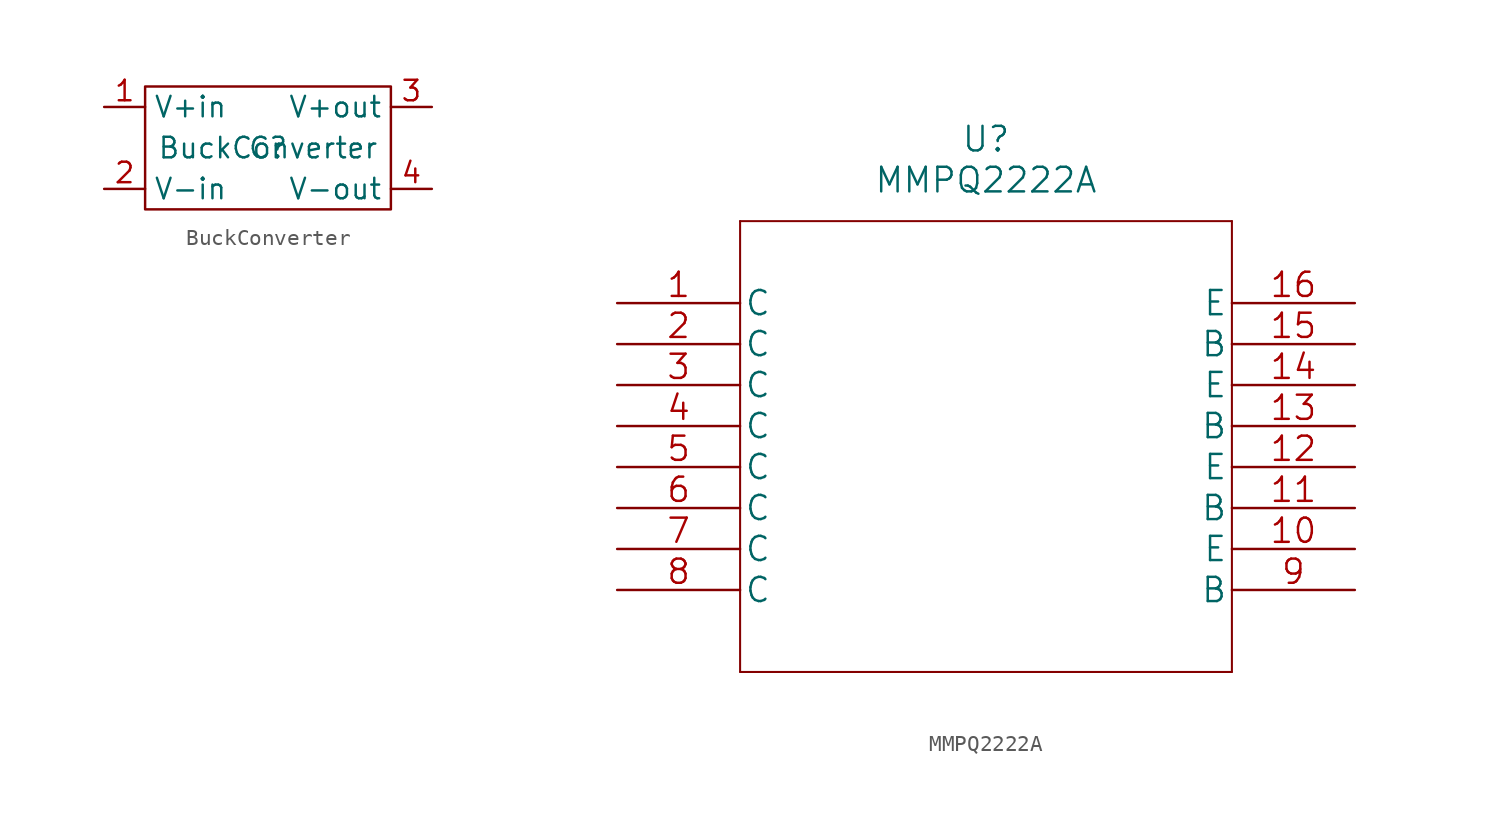
<source format=kicad_sym>
(kicad_symbol_lib
  (version 20220914)
  (generator kicad_symbol_editor)
  (symbol "BuckConverter"
    (property "Reference" "C"
      (at 0 0 0)
      (effects (font (size 1.27 1.27))))
    (property "Value" "BuckConverter"
      (at 0 0 0)
      (effects (font (size 1.27 1.27))))
    (symbol "BuckConverter_0_1"
      (rectangle (start -7.62 3.81) (end 7.62 -3.81) (stroke (width 0) (type default)) (fill (type none))))
    (symbol "BuckConverter_1_1"
      (pin input line (at -10.16 2.54 0) (length 2.54) (name "V+in" (effects (font (size 1.27 1.27)))) (number "1" (effects (font (size 1.27 1.27)))))
      (pin input line (at -10.16 -2.54 0) (length 2.54) (name "V-in" (effects (font (size 1.27 1.27)))) (number "2" (effects (font (size 1.27 1.27)))))
      (pin output line (at 10.16 2.54 180) (length 2.54) (name "V+out" (effects (font (size 1.27 1.27)))) (number "3" (effects (font (size 1.27 1.27)))))
      (pin output line (at 10.16 -2.54 180) (length 2.54) (name "V-out" (effects (font (size 1.27 1.27)))) (number "4" (effects (font (size 1.27 1.27)))))))
  (symbol "MMPQ2222A"
    (pin_names
      (offset 0.254))
    (property "Reference" "U"
      (at 22.86 10.16 0)
      (effects (font (size 1.524 1.524))))
    (property "Value" "MMPQ2222A"
      (at 22.86 7.62 0)
      (effects (font (size 1.524 1.524))))
    (property "Datasheet" ""
      (at 0 0 0)
      (effects (font (size 1.524 1.524))))
    (property "ki_locked" ""
      (at 0 0 0)
      (effects (font (size 1.27 1.27))))
    (symbol "MMPQ2222A_1_1"
      (polyline (pts (xy 7.62 -22.86) (xy 38.1 -22.86)) (stroke (width 0.127) (type default)) (fill (type none)))
      (polyline (pts (xy 7.62 5.08) (xy 7.62 -22.86)) (stroke (width 0.127) (type default)) (fill (type none)))
      (polyline (pts (xy 38.1 -22.86) (xy 38.1 5.08)) (stroke (width 0.127) (type default)) (fill (type none)))
      (polyline (pts (xy 38.1 5.08) (xy 7.62 5.08)) (stroke (width 0.127) (type default)) (fill (type none)))
      (pin unspecified line (at 0 0 0) (length 7.62) (name "C" (effects (font (size 1.499 1.499)))) (number "1" (effects (font (size 1.499 1.499)))))
      (pin unspecified line (at 45.72 -15.24 180) (length 7.62) (name "E" (effects (font (size 1.499 1.499)))) (number "10" (effects (font (size 1.499 1.499)))))
      (pin unspecified line (at 45.72 -12.7 180) (length 7.62) (name "B" (effects (font (size 1.499 1.499)))) (number "11" (effects (font (size 1.499 1.499)))))
      (pin unspecified line (at 45.72 -10.16 180) (length 7.62) (name "E" (effects (font (size 1.499 1.499)))) (number "12" (effects (font (size 1.499 1.499)))))
      (pin unspecified line (at 45.72 -7.62 180) (length 7.62) (name "B" (effects (font (size 1.499 1.499)))) (number "13" (effects (font (size 1.499 1.499)))))
      (pin unspecified line (at 45.72 -5.08 180) (length 7.62) (name "E" (effects (font (size 1.499 1.499)))) (number "14" (effects (font (size 1.499 1.499)))))
      (pin unspecified line (at 45.72 -2.54 180) (length 7.62) (name "B" (effects (font (size 1.499 1.499)))) (number "15" (effects (font (size 1.499 1.499)))))
      (pin unspecified line (at 45.72 0 180) (length 7.62) (name "E" (effects (font (size 1.499 1.499)))) (number "16" (effects (font (size 1.499 1.499)))))
      (pin unspecified line (at 0 -2.54 0) (length 7.62) (name "C" (effects (font (size 1.499 1.499)))) (number "2" (effects (font (size 1.499 1.499)))))
      (pin unspecified line (at 0 -5.08 0) (length 7.62) (name "C" (effects (font (size 1.499 1.499)))) (number "3" (effects (font (size 1.499 1.499)))))
      (pin unspecified line (at 0 -7.62 0) (length 7.62) (name "C" (effects (font (size 1.499 1.499)))) (number "4" (effects (font (size 1.499 1.499)))))
      (pin unspecified line (at 0 -10.16 0) (length 7.62) (name "C" (effects (font (size 1.499 1.499)))) (number "5" (effects (font (size 1.499 1.499)))))
      (pin unspecified line (at 0 -12.7 0) (length 7.62) (name "C" (effects (font (size 1.499 1.499)))) (number "6" (effects (font (size 1.499 1.499)))))
      (pin unspecified line (at 0 -15.24 0) (length 7.62) (name "C" (effects (font (size 1.499 1.499)))) (number "7" (effects (font (size 1.499 1.499)))))
      (pin unspecified line (at 0 -17.78 0) (length 7.62) (name "C" (effects (font (size 1.499 1.499)))) (number "8" (effects (font (size 1.499 1.499)))))
      (pin unspecified line (at 45.72 -17.78 180) (length 7.62) (name "B" (effects (font (size 1.499 1.499)))) (number "9" (effects (font (size 1.499 1.499))))))))
</source>
